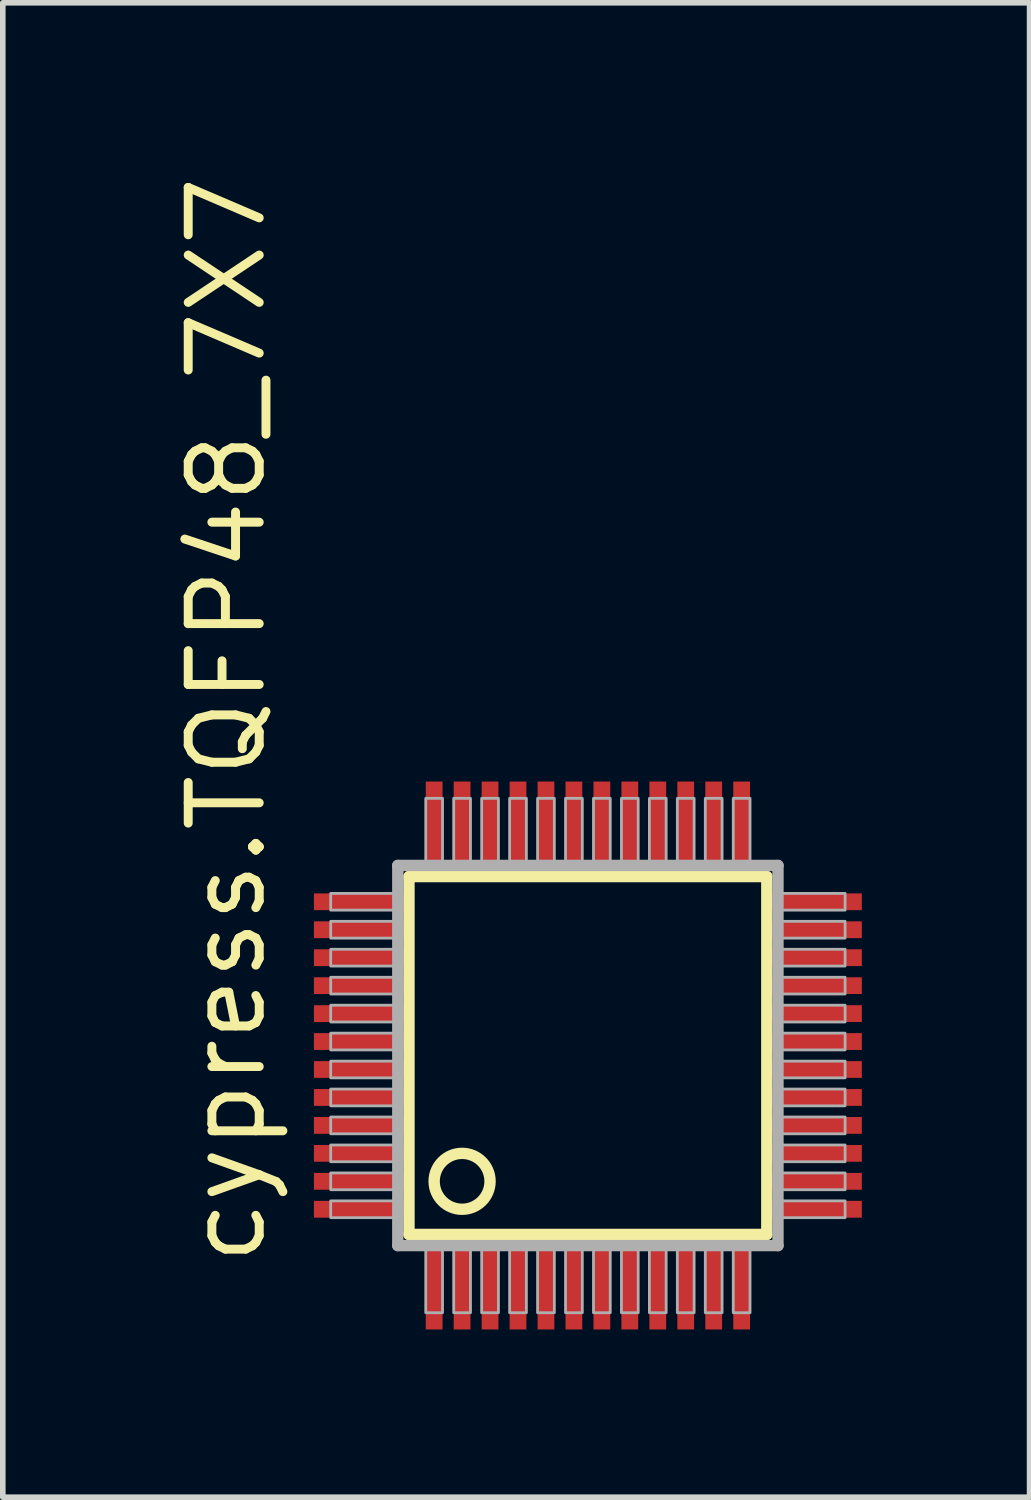
<source format=kicad_pcb>
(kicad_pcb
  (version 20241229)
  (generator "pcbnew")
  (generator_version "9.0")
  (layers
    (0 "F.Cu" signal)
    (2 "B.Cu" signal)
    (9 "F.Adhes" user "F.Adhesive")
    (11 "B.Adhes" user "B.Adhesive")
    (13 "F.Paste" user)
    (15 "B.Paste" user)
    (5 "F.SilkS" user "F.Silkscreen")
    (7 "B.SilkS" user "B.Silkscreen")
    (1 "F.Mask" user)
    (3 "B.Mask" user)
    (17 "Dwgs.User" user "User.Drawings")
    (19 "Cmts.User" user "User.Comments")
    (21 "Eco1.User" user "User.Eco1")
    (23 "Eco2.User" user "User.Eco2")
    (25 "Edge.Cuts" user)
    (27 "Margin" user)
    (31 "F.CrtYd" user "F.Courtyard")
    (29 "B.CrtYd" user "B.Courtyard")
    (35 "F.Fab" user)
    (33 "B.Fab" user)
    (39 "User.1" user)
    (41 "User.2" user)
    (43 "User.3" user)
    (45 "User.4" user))
  (footprint "cypress.TQFP48_7X7"
    (layer "F.Cu")
    (at 7.465 15.829)
    (property "Reference" "cypress.TQFP48_7X7" (at -5.715 3.81 90) (layer "F.SilkS") (effects (font (size 1.27 1.27) (thickness 0.16)) (justify left bottom)))
    (attr smd)
    (fp_line (start -3.2 -3.2) (end 3.2 -3.2) (stroke (width 0.203) (type default)) (layer "F.SilkS"))
    (fp_line (start -3.2 3.2) (end -3.2 -3.2) (stroke (width 0.203) (type default)) (layer "F.SilkS"))
    (fp_line (start 3.2 -3.2) (end 3.2 3.2) (stroke (width 0.203) (type default)) (layer "F.SilkS"))
    (fp_line (start 3.2 3.2) (end -3.2 3.2) (stroke (width 0.203) (type default)) (layer "F.SilkS"))
    (fp_circle (center -2.25 2.25) (end -1.75 2.25) (stroke (width 0.203) (type default)) (fill no) (layer "F.SilkS"))
    (fp_line (start -3.4 -3.4) (end -3.4 3.4) (stroke (width 0.203) (type default)) (layer "F.Fab"))
    (fp_line (start -3.4 3.4) (end 3.4 3.4) (stroke (width 0.203) (type default)) (layer "F.Fab"))
    (fp_line (start 3.4 -3.4) (end -3.4 -3.4) (stroke (width 0.203) (type default)) (layer "F.Fab"))
    (fp_line (start 3.4 3.4) (end 3.4 -3.4) (stroke (width 0.203) (type default)) (layer "F.Fab"))
    (fp_rect (start -4.6 -2.6) (end -3.45 -2.9) (stroke (width 0.05) (type default)) (fill no) (layer "F.Fab"))
    (fp_rect (start -4.6 -2.1) (end -3.45 -2.4) (stroke (width 0.05) (type default)) (fill no) (layer "F.Fab"))
    (fp_rect (start -4.6 -1.6) (end -3.45 -1.9) (stroke (width 0.05) (type default)) (fill no) (layer "F.Fab"))
    (fp_rect (start -4.6 -1.1) (end -3.45 -1.4) (stroke (width 0.05) (type default)) (fill no) (layer "F.Fab"))
    (fp_rect (start -4.6 -0.6) (end -3.45 -0.9) (stroke (width 0.05) (type default)) (fill no) (layer "F.Fab"))
    (fp_rect (start -4.6 -0.1) (end -3.45 -0.4) (stroke (width 0.05) (type default)) (fill no) (layer "F.Fab"))
    (fp_rect (start -4.6 0.4) (end -3.45 0.1) (stroke (width 0.05) (type default)) (fill no) (layer "F.Fab"))
    (fp_rect (start -4.6 0.9) (end -3.45 0.6) (stroke (width 0.05) (type default)) (fill no) (layer "F.Fab"))
    (fp_rect (start -4.6 1.4) (end -3.45 1.1) (stroke (width 0.05) (type default)) (fill no) (layer "F.Fab"))
    (fp_rect (start -4.6 1.9) (end -3.45 1.6) (stroke (width 0.05) (type default)) (fill no) (layer "F.Fab"))
    (fp_rect (start -4.6 2.4) (end -3.45 2.1) (stroke (width 0.05) (type default)) (fill no) (layer "F.Fab"))
    (fp_rect (start -4.6 2.9) (end -3.45 2.6) (stroke (width 0.05) (type default)) (fill no) (layer "F.Fab"))
    (fp_rect (start -2.9 -3.45) (end -2.6 -4.6) (stroke (width 0.05) (type default)) (fill no) (layer "F.Fab"))
    (fp_rect (start -2.9 4.6) (end -2.6 3.45) (stroke (width 0.05) (type default)) (fill no) (layer "F.Fab"))
    (fp_rect (start -2.4 -3.45) (end -2.1 -4.6) (stroke (width 0.05) (type default)) (fill no) (layer "F.Fab"))
    (fp_rect (start -2.4 4.6) (end -2.1 3.45) (stroke (width 0.05) (type default)) (fill no) (layer "F.Fab"))
    (fp_rect (start -1.9 -3.45) (end -1.6 -4.6) (stroke (width 0.05) (type default)) (fill no) (layer "F.Fab"))
    (fp_rect (start -1.9 4.6) (end -1.6 3.45) (stroke (width 0.05) (type default)) (fill no) (layer "F.Fab"))
    (fp_rect (start -1.4 -3.45) (end -1.1 -4.6) (stroke (width 0.05) (type default)) (fill no) (layer "F.Fab"))
    (fp_rect (start -1.4 4.6) (end -1.1 3.45) (stroke (width 0.05) (type default)) (fill no) (layer "F.Fab"))
    (fp_rect (start -0.9 -3.45) (end -0.6 -4.6) (stroke (width 0.05) (type default)) (fill no) (layer "F.Fab"))
    (fp_rect (start -0.9 4.6) (end -0.6 3.45) (stroke (width 0.05) (type default)) (fill no) (layer "F.Fab"))
    (fp_rect (start -0.4 -3.45) (end -0.1 -4.6) (stroke (width 0.05) (type default)) (fill no) (layer "F.Fab"))
    (fp_rect (start -0.4 4.6) (end -0.1 3.45) (stroke (width 0.05) (type default)) (fill no) (layer "F.Fab"))
    (fp_rect (start 0.1 -3.45) (end 0.4 -4.6) (stroke (width 0.05) (type default)) (fill no) (layer "F.Fab"))
    (fp_rect (start 0.1 4.6) (end 0.4 3.45) (stroke (width 0.05) (type default)) (fill no) (layer "F.Fab"))
    (fp_rect (start 0.6 -3.45) (end 0.9 -4.6) (stroke (width 0.05) (type default)) (fill no) (layer "F.Fab"))
    (fp_rect (start 0.6 4.6) (end 0.9 3.45) (stroke (width 0.05) (type default)) (fill no) (layer "F.Fab"))
    (fp_rect (start 1.1 -3.45) (end 1.4 -4.6) (stroke (width 0.05) (type default)) (fill no) (layer "F.Fab"))
    (fp_rect (start 1.1 4.6) (end 1.4 3.45) (stroke (width 0.05) (type default)) (fill no) (layer "F.Fab"))
    (fp_rect (start 1.6 -3.45) (end 1.9 -4.6) (stroke (width 0.05) (type default)) (fill no) (layer "F.Fab"))
    (fp_rect (start 1.6 4.6) (end 1.9 3.45) (stroke (width 0.05) (type default)) (fill no) (layer "F.Fab"))
    (fp_rect (start 2.1 -3.45) (end 2.4 -4.6) (stroke (width 0.05) (type default)) (fill no) (layer "F.Fab"))
    (fp_rect (start 2.1 4.6) (end 2.4 3.45) (stroke (width 0.05) (type default)) (fill no) (layer "F.Fab"))
    (fp_rect (start 2.6 -3.45) (end 2.9 -4.6) (stroke (width 0.05) (type default)) (fill no) (layer "F.Fab"))
    (fp_rect (start 2.6 4.6) (end 2.9 3.45) (stroke (width 0.05) (type default)) (fill no) (layer "F.Fab"))
    (fp_rect (start 3.45 -2.6) (end 4.6 -2.9) (stroke (width 0.05) (type default)) (fill no) (layer "F.Fab"))
    (fp_rect (start 3.45 -2.1) (end 4.6 -2.4) (stroke (width 0.05) (type default)) (fill no) (layer "F.Fab"))
    (fp_rect (start 3.45 -1.6) (end 4.6 -1.9) (stroke (width 0.05) (type default)) (fill no) (layer "F.Fab"))
    (fp_rect (start 3.45 -1.1) (end 4.6 -1.4) (stroke (width 0.05) (type default)) (fill no) (layer "F.Fab"))
    (fp_rect (start 3.45 -0.6) (end 4.6 -0.9) (stroke (width 0.05) (type default)) (fill no) (layer "F.Fab"))
    (fp_rect (start 3.45 -0.1) (end 4.6 -0.4) (stroke (width 0.05) (type default)) (fill no) (layer "F.Fab"))
    (fp_rect (start 3.45 0.4) (end 4.6 0.1) (stroke (width 0.05) (type default)) (fill no) (layer "F.Fab"))
    (fp_rect (start 3.45 0.9) (end 4.6 0.6) (stroke (width 0.05) (type default)) (fill no) (layer "F.Fab"))
    (fp_rect (start 3.45 1.4) (end 4.6 1.1) (stroke (width 0.05) (type default)) (fill no) (layer "F.Fab"))
    (fp_rect (start 3.45 1.9) (end 4.6 1.6) (stroke (width 0.05) (type default)) (fill no) (layer "F.Fab"))
    (fp_rect (start 3.45 2.4) (end 4.6 2.1) (stroke (width 0.05) (type default)) (fill no) (layer "F.Fab"))
    (fp_rect (start 3.45 2.9) (end 4.6 2.6) (stroke (width 0.05) (type default)) (fill no) (layer "F.Fab"))
    (pad "1" smd roundrect (at -2.75 4.1) (size 0.3 1.6) (layers "F.Cu" "F.Mask" "F.Paste") (roundrect_rratio 0.01))
    (pad "2" smd roundrect (at -2.25 4.1) (size 0.3 1.6) (layers "F.Cu" "F.Mask" "F.Paste") (roundrect_rratio 0.01))
    (pad "3" smd roundrect (at -1.75 4.1) (size 0.3 1.6) (layers "F.Cu" "F.Mask" "F.Paste") (roundrect_rratio 0.01))
    (pad "4" smd roundrect (at -1.25 4.1) (size 0.3 1.6) (layers "F.Cu" "F.Mask" "F.Paste") (roundrect_rratio 0.01))
    (pad "5" smd roundrect (at -0.75 4.1) (size 0.3 1.6) (layers "F.Cu" "F.Mask" "F.Paste") (roundrect_rratio 0.01))
    (pad "6" smd roundrect (at -0.25 4.1) (size 0.3 1.6) (layers "F.Cu" "F.Mask" "F.Paste") (roundrect_rratio 0.01))
    (pad "7" smd roundrect (at 0.25 4.1) (size 0.3 1.6) (layers "F.Cu" "F.Mask" "F.Paste") (roundrect_rratio 0.01))
    (pad "8" smd roundrect (at 0.75 4.1) (size 0.3 1.6) (layers "F.Cu" "F.Mask" "F.Paste") (roundrect_rratio 0.01))
    (pad "9" smd roundrect (at 1.25 4.1) (size 0.3 1.6) (layers "F.Cu" "F.Mask" "F.Paste") (roundrect_rratio 0.01))
    (pad "10" smd roundrect (at 1.75 4.1) (size 0.3 1.6) (layers "F.Cu" "F.Mask" "F.Paste") (roundrect_rratio 0.01))
    (pad "11" smd roundrect (at 2.25 4.1) (size 0.3 1.6) (layers "F.Cu" "F.Mask" "F.Paste") (roundrect_rratio 0.01))
    (pad "12" smd roundrect (at 2.75 4.1) (size 0.3 1.6) (layers "F.Cu" "F.Mask" "F.Paste") (roundrect_rratio 0.01))
    (pad "13" smd roundrect (at 4.1 2.75) (size 1.6 0.3) (layers "F.Cu" "F.Mask" "F.Paste") (roundrect_rratio 0.01))
    (pad "14" smd roundrect (at 4.1 2.25) (size 1.6 0.3) (layers "F.Cu" "F.Mask" "F.Paste") (roundrect_rratio 0.01))
    (pad "15" smd roundrect (at 4.1 1.75) (size 1.6 0.3) (layers "F.Cu" "F.Mask" "F.Paste") (roundrect_rratio 0.01))
    (pad "16" smd roundrect (at 4.1 1.25) (size 1.6 0.3) (layers "F.Cu" "F.Mask" "F.Paste") (roundrect_rratio 0.01))
    (pad "17" smd roundrect (at 4.1 0.75) (size 1.6 0.3) (layers "F.Cu" "F.Mask" "F.Paste") (roundrect_rratio 0.01))
    (pad "18" smd roundrect (at 4.1 0.25) (size 1.6 0.3) (layers "F.Cu" "F.Mask" "F.Paste") (roundrect_rratio 0.01))
    (pad "19" smd roundrect (at 4.1 -0.25) (size 1.6 0.3) (layers "F.Cu" "F.Mask" "F.Paste") (roundrect_rratio 0.01))
    (pad "20" smd roundrect (at 4.1 -0.75) (size 1.6 0.3) (layers "F.Cu" "F.Mask" "F.Paste") (roundrect_rratio 0.01))
    (pad "21" smd roundrect (at 4.1 -1.25) (size 1.6 0.3) (layers "F.Cu" "F.Mask" "F.Paste") (roundrect_rratio 0.01))
    (pad "22" smd roundrect (at 4.1 -1.75) (size 1.6 0.3) (layers "F.Cu" "F.Mask" "F.Paste") (roundrect_rratio 0.01))
    (pad "23" smd roundrect (at 4.1 -2.25) (size 1.6 0.3) (layers "F.Cu" "F.Mask" "F.Paste") (roundrect_rratio 0.01))
    (pad "24" smd roundrect (at 4.1 -2.75) (size 1.6 0.3) (layers "F.Cu" "F.Mask" "F.Paste") (roundrect_rratio 0.01))
    (pad "25" smd roundrect (at 2.75 -4.1) (size 0.3 1.6) (layers "F.Cu" "F.Mask" "F.Paste") (roundrect_rratio 0.01))
    (pad "26" smd roundrect (at 2.25 -4.1) (size 0.3 1.6) (layers "F.Cu" "F.Mask" "F.Paste") (roundrect_rratio 0.01))
    (pad "27" smd roundrect (at 1.75 -4.1) (size 0.3 1.6) (layers "F.Cu" "F.Mask" "F.Paste") (roundrect_rratio 0.01))
    (pad "28" smd roundrect (at 1.25 -4.1) (size 0.3 1.6) (layers "F.Cu" "F.Mask" "F.Paste") (roundrect_rratio 0.01))
    (pad "29" smd roundrect (at 0.75 -4.1) (size 0.3 1.6) (layers "F.Cu" "F.Mask" "F.Paste") (roundrect_rratio 0.01))
    (pad "30" smd roundrect (at 0.25 -4.1) (size 0.3 1.6) (layers "F.Cu" "F.Mask" "F.Paste") (roundrect_rratio 0.01))
    (pad "31" smd roundrect (at -0.25 -4.1) (size 0.3 1.6) (layers "F.Cu" "F.Mask" "F.Paste") (roundrect_rratio 0.01))
    (pad "32" smd roundrect (at -0.75 -4.1) (size 0.3 1.6) (layers "F.Cu" "F.Mask" "F.Paste") (roundrect_rratio 0.01))
    (pad "33" smd roundrect (at -1.25 -4.1) (size 0.3 1.6) (layers "F.Cu" "F.Mask" "F.Paste") (roundrect_rratio 0.01))
    (pad "34" smd roundrect (at -1.75 -4.1) (size 0.3 1.6) (layers "F.Cu" "F.Mask" "F.Paste") (roundrect_rratio 0.01))
    (pad "35" smd roundrect (at -2.25 -4.1) (size 0.3 1.6) (layers "F.Cu" "F.Mask" "F.Paste") (roundrect_rratio 0.01))
    (pad "36" smd roundrect (at -2.75 -4.1) (size 0.3 1.6) (layers "F.Cu" "F.Mask" "F.Paste") (roundrect_rratio 0.01))
    (pad "37" smd roundrect (at -4.1 -2.75) (size 1.6 0.3) (layers "F.Cu" "F.Mask" "F.Paste") (roundrect_rratio 0.01))
    (pad "38" smd roundrect (at -4.1 -2.25) (size 1.6 0.3) (layers "F.Cu" "F.Mask" "F.Paste") (roundrect_rratio 0.01))
    (pad "39" smd roundrect (at -4.1 -1.75) (size 1.6 0.3) (layers "F.Cu" "F.Mask" "F.Paste") (roundrect_rratio 0.01))
    (pad "40" smd roundrect (at -4.1 -1.25) (size 1.6 0.3) (layers "F.Cu" "F.Mask" "F.Paste") (roundrect_rratio 0.01))
    (pad "41" smd roundrect (at -4.1 -0.75) (size 1.6 0.3) (layers "F.Cu" "F.Mask" "F.Paste") (roundrect_rratio 0.01))
    (pad "42" smd roundrect (at -4.1 -0.25) (size 1.6 0.3) (layers "F.Cu" "F.Mask" "F.Paste") (roundrect_rratio 0.01))
    (pad "43" smd roundrect (at -4.1 0.25) (size 1.6 0.3) (layers "F.Cu" "F.Mask" "F.Paste") (roundrect_rratio 0.01))
    (pad "44" smd roundrect (at -4.1 0.75) (size 1.6 0.3) (layers "F.Cu" "F.Mask" "F.Paste") (roundrect_rratio 0.01))
    (pad "45" smd roundrect (at -4.1 1.25) (size 1.6 0.3) (layers "F.Cu" "F.Mask" "F.Paste") (roundrect_rratio 0.01))
    (pad "46" smd roundrect (at -4.1 1.75) (size 1.6 0.3) (layers "F.Cu" "F.Mask" "F.Paste") (roundrect_rratio 0.01))
    (pad "47" smd roundrect (at -4.1 2.25) (size 1.6 0.3) (layers "F.Cu" "F.Mask" "F.Paste") (roundrect_rratio 0.01))
    (pad "48" smd roundrect (at -4.1 2.75) (size 1.6 0.3) (layers "F.Cu" "F.Mask" "F.Paste") (roundrect_rratio 0.01)))
  (gr_rect
    (start -3 -3)
    (end 15.365 23.729)
    (stroke (width 0.1) (type default))
    (fill no)
    (layer "Edge.Cuts")))
</source>
